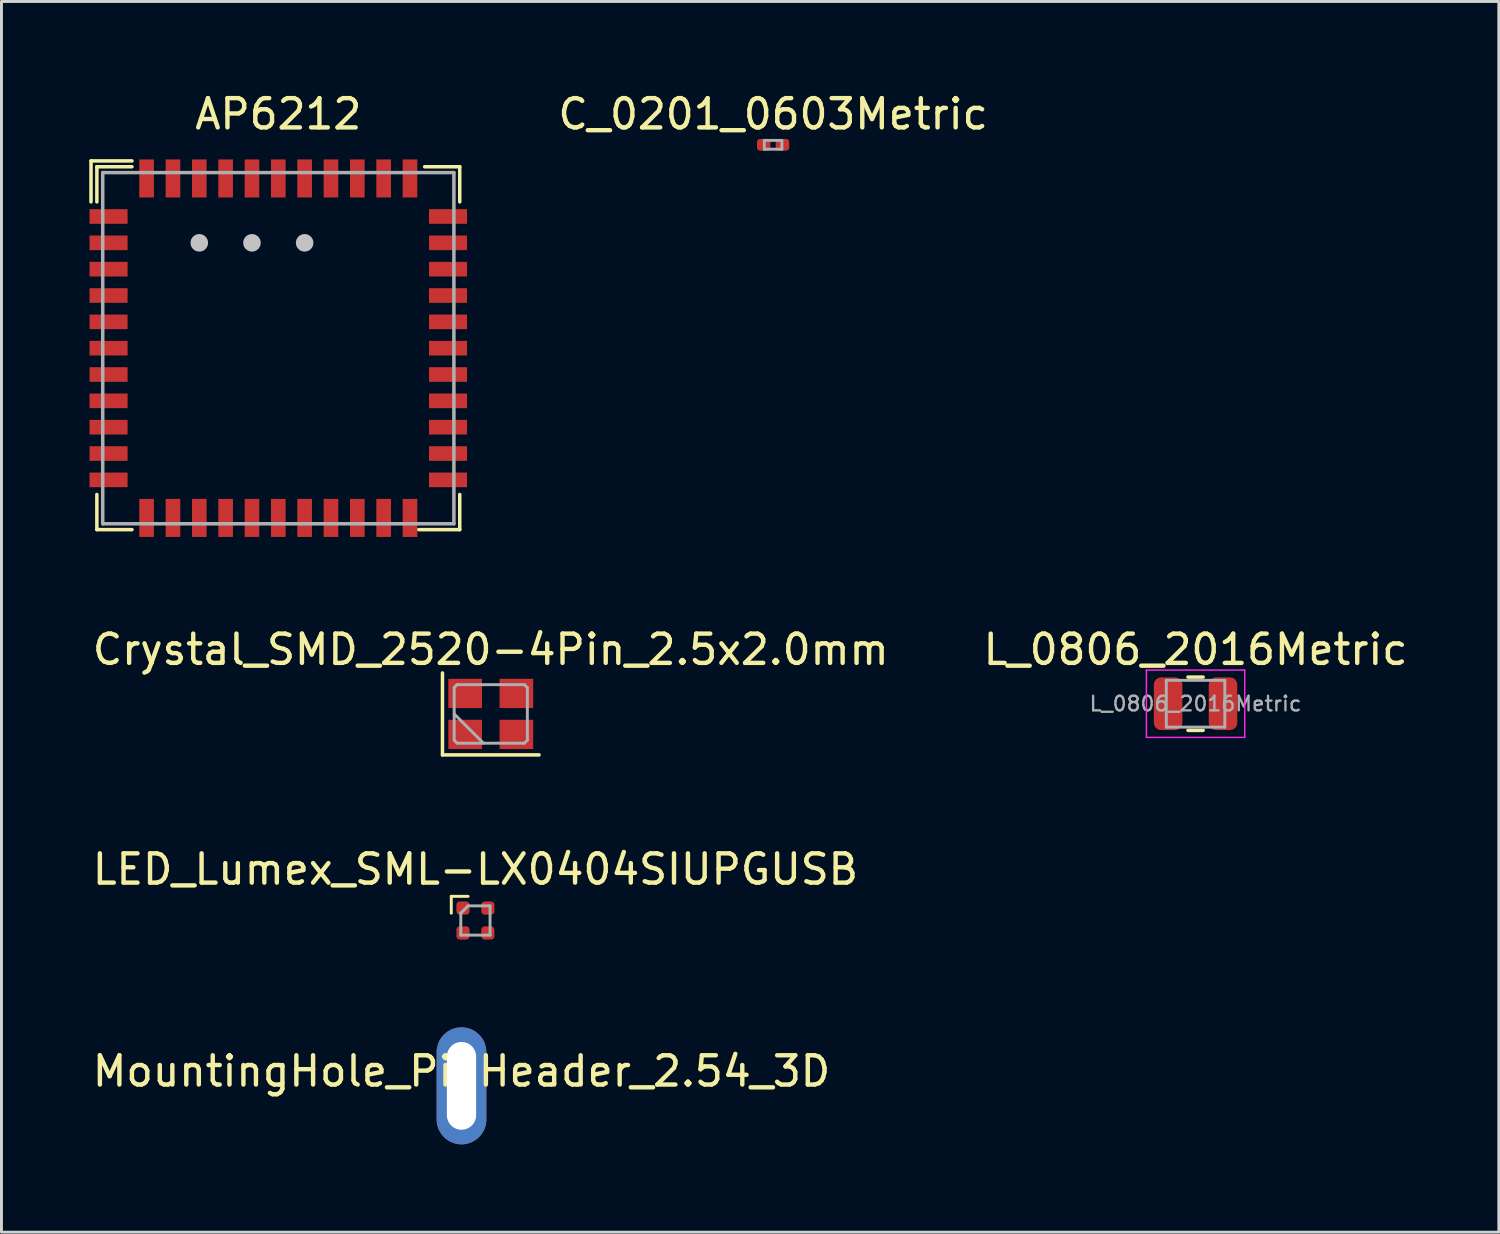
<source format=kicad_pcb>
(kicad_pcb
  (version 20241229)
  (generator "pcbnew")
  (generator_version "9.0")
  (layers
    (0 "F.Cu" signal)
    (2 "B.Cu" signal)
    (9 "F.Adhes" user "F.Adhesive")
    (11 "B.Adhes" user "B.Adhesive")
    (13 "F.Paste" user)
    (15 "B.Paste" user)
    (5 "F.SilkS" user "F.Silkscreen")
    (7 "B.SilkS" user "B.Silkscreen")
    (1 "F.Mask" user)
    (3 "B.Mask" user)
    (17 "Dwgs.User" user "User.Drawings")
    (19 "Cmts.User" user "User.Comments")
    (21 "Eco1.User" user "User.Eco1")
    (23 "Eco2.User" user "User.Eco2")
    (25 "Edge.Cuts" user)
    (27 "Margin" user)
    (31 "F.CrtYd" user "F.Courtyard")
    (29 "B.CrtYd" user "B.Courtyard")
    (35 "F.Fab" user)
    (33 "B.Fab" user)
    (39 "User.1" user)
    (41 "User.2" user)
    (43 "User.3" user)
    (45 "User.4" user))
  (footprint "C_0201_0603Metric"
    (layer "F.Cu")
    (at 23.368 1.898)
    (property "Reference" "C_0201_0603Metric" (at 0 -1.05 0) (layer "F.SilkS") (effects (font (size 1 1) (thickness 0.15))))
    (attr smd)
    (fp_line (start -0.3 -0.15) (end 0.3 -0.15) (stroke (width 0.1) (type solid)) (layer "F.Fab"))
    (fp_line (start -0.3 0.15) (end -0.3 -0.15) (stroke (width 0.1) (type solid)) (layer "F.Fab"))
    (fp_line (start 0.3 -0.15) (end 0.3 0.15) (stroke (width 0.1) (type solid)) (layer "F.Fab"))
    (fp_line (start 0.3 0.15) (end -0.3 0.15) (stroke (width 0.1) (type solid)) (layer "F.Fab"))
    (pad "1" smd roundrect (at -0.32 0) (size 0.46 0.4) (layers "F.Cu" "F.Mask" "F.Paste") (roundrect_rratio 0.25))
    (pad "2" smd roundrect (at 0.32 0) (size 0.46 0.4) (layers "F.Cu" "F.Mask" "F.Paste") (roundrect_rratio 0.25)))
  (footprint "AP6212"
    (layer "F.Cu")
    (at 6.46 8.848)
    (property "Reference" "AP6212" (at 0 -8 0) (layer "F.SilkS") (effects (font (size 1 1) (thickness 0.15))))
    (attr smd)
    (fp_line (start -6.4 -6.4) (end -5 -6.4) (stroke (width 0.12) (type solid)) (layer "F.SilkS"))
    (fp_line (start -6.4 -5) (end -6.4 -6.4) (stroke (width 0.12) (type solid)) (layer "F.SilkS"))
    (fp_line (start -6.2 -6.2) (end -5 -6.2) (stroke (width 0.12) (type solid)) (layer "F.SilkS"))
    (fp_line (start -6.2 -5) (end -6.2 -6.2) (stroke (width 0.12) (type solid)) (layer "F.SilkS"))
    (fp_line (start -6.2 5) (end -6.2 6.2) (stroke (width 0.12) (type solid)) (layer "F.SilkS"))
    (fp_line (start -6.2 6.2) (end -5 6.2) (stroke (width 0.12) (type solid)) (layer "F.SilkS"))
    (fp_line (start 4.8 6.2) (end 6.2 6.2) (stroke (width 0.12) (type solid)) (layer "F.SilkS"))
    (fp_line (start 5 -6.2) (end 6.2 -6.2) (stroke (width 0.12) (type solid)) (layer "F.SilkS"))
    (fp_line (start 6.2 -6.2) (end 6.2 -5) (stroke (width 0.12) (type solid)) (layer "F.SilkS"))
    (fp_line (start 6.2 6.2) (end 6.2 5) (stroke (width 0.12) (type solid)) (layer "F.SilkS"))
    (fp_line (start -6 -6) (end 6 -6) (stroke (width 0.12) (type solid)) (layer "F.Fab"))
    (fp_line (start -6 6) (end -6 -6) (stroke (width 0.12) (type solid)) (layer "F.Fab"))
    (fp_line (start 6 -6) (end 6 6) (stroke (width 0.12) (type solid)) (layer "F.Fab"))
    (fp_line (start 6 6) (end -6 6) (stroke (width 0.12) (type solid)) (layer "F.Fab"))
    (pad "" smd circle (at -2.7 -3.6) (size 0.6 0.6) (layers "Dwgs.User"))
    (pad "" smd circle (at -0.9 -3.6) (size 0.6 0.6) (layers "Dwgs.User"))
    (pad "" smd circle (at 0.9 -3.6) (size 0.6 0.6) (layers "Dwgs.User"))
    (pad "1" smd rect (at -5.8 -4.5 90) (size 0.5 1.3) (layers "F.Cu" "F.Mask"))
    (pad "2" smd rect (at -5.8 -3.6 90) (size 0.5 1.3) (layers "F.Cu" "F.Mask"))
    (pad "3" smd rect (at -5.8 -2.7 90) (size 0.5 1.3) (layers "F.Cu" "F.Mask"))
    (pad "4" smd rect (at -5.8 -1.8 90) (size 0.5 1.3) (layers "F.Cu" "F.Mask"))
    (pad "5" smd rect (at -5.8 -0.9 90) (size 0.5 1.3) (layers "F.Cu" "F.Mask"))
    (pad "6" smd rect (at -5.8 0 90) (size 0.5 1.3) (layers "F.Cu" "F.Mask"))
    (pad "7" smd rect (at -5.8 0.9 90) (size 0.5 1.3) (layers "F.Cu" "F.Mask"))
    (pad "8" smd rect (at -5.8 1.8 90) (size 0.5 1.3) (layers "F.Cu" "F.Mask"))
    (pad "9" smd rect (at -5.8 2.7 90) (size 0.5 1.3) (layers "F.Cu" "F.Mask"))
    (pad "10" smd rect (at -5.8 3.6 90) (size 0.5 1.3) (layers "F.Cu" "F.Mask"))
    (pad "11" smd rect (at -5.8 4.5 90) (size 0.5 1.3) (layers "F.Cu" "F.Mask"))
    (pad "12" smd rect (at -4.5 5.8 180) (size 0.5 1.3) (layers "F.Cu" "F.Mask"))
    (pad "13" smd rect (at -3.6 5.8 180) (size 0.5 1.3) (layers "F.Cu" "F.Mask"))
    (pad "14" smd rect (at -2.7 5.8 180) (size 0.5 1.3) (layers "F.Cu" "F.Mask"))
    (pad "15" smd rect (at -1.8 5.8 180) (size 0.5 1.3) (layers "F.Cu" "F.Mask"))
    (pad "16" smd rect (at -0.9 5.8 180) (size 0.5 1.3) (layers "F.Cu" "F.Mask"))
    (pad "17" smd rect (at 0 5.8 180) (size 0.5 1.3) (layers "F.Cu" "F.Mask"))
    (pad "18" smd rect (at 0.9 5.8 180) (size 0.5 1.3) (layers "F.Cu" "F.Mask"))
    (pad "19" smd rect (at 1.8 5.8 180) (size 0.5 1.3) (layers "F.Cu" "F.Mask"))
    (pad "20" smd rect (at 2.7 5.8 180) (size 0.5 1.3) (layers "F.Cu" "F.Mask"))
    (pad "21" smd rect (at 3.6 5.8 180) (size 0.5 1.3) (layers "F.Cu" "F.Mask"))
    (pad "22" smd rect (at 4.5 5.8 180) (size 0.5 1.3) (layers "F.Cu" "F.Mask"))
    (pad "23" smd rect (at 5.8 4.5 270) (size 0.5 1.3) (layers "F.Cu" "F.Mask"))
    (pad "24" smd rect (at 5.8 3.6 270) (size 0.5 1.3) (layers "F.Cu" "F.Mask"))
    (pad "25" smd rect (at 5.8 2.7 270) (size 0.5 1.3) (layers "F.Cu" "F.Mask"))
    (pad "26" smd rect (at 5.8 1.8 270) (size 0.5 1.3) (layers "F.Cu" "F.Mask"))
    (pad "27" smd rect (at 5.8 0.9 270) (size 0.5 1.3) (layers "F.Cu" "F.Mask"))
    (pad "28" smd rect (at 5.8 0 270) (size 0.5 1.3) (layers "F.Cu" "F.Mask"))
    (pad "29" smd rect (at 5.8 -0.9 270) (size 0.5 1.3) (layers "F.Cu" "F.Mask"))
    (pad "30" smd rect (at 5.8 -1.8 270) (size 0.5 1.3) (layers "F.Cu" "F.Mask"))
    (pad "31" smd rect (at 5.8 -2.7 270) (size 0.5 1.3) (layers "F.Cu" "F.Mask"))
    (pad "32" smd rect (at 5.8 -3.6 270) (size 0.5 1.3) (layers "F.Cu" "F.Mask"))
    (pad "33" smd rect (at 5.8 -4.5 270) (size 0.5 1.3) (layers "F.Cu" "F.Mask"))
    (pad "34" smd rect (at 4.5 -5.8) (size 0.5 1.3) (layers "F.Cu" "F.Mask"))
    (pad "35" smd rect (at 3.6 -5.8) (size 0.5 1.3) (layers "F.Cu" "F.Mask"))
    (pad "36" smd rect (at 2.7 -5.8) (size 0.5 1.3) (layers "F.Cu" "F.Mask"))
    (pad "37" smd rect (at 1.8 -5.8) (size 0.5 1.3) (layers "F.Cu" "F.Mask"))
    (pad "38" smd rect (at 0.9 -5.8) (size 0.5 1.3) (layers "F.Cu" "F.Mask"))
    (pad "39" smd rect (at 0 -5.8) (size 0.5 1.3) (layers "F.Cu" "F.Mask"))
    (pad "40" smd rect (at -0.9 -5.8) (size 0.5 1.3) (layers "F.Cu" "F.Mask"))
    (pad "41" smd rect (at -1.8 -5.8) (size 0.5 1.3) (layers "F.Cu" "F.Mask"))
    (pad "42" smd rect (at -2.7 -5.8) (size 0.5 1.3) (layers "F.Cu" "F.Mask"))
    (pad "43" smd rect (at -3.6 -5.8) (size 0.5 1.3) (layers "F.Cu" "F.Mask"))
    (pad "44" smd rect (at -4.5 -5.8) (size 0.5 1.3) (layers "F.Cu" "F.Mask")))
  (footprint "MountingHole_PinHeader_2.54_3D"
    (layer "F.Cu")
    (at 12.72 34.055)
    (property "Reference" "MountingHole_PinHeader_2.54_3D" (at 0 -0.5 0) (unlocked yes) (layer "F.SilkS") (effects (font (size 1 1) (thickness 0.15))))
    (attr through_hole)
    (pad "1" thru_hole oval (at 0 0) (size 1.7 4) (drill oval 1 3) (layers "*.Cu" "*.Mask")))
  (footprint "LED_Lumex_SML-LX0404SIUPGUSB"
    (layer "F.Cu")
    (at 13.196 28.405)
    (property "Reference" "LED_Lumex_SML-LX0404SIUPGUSB" (at 0 -1.75 0) (layer "F.SilkS") (effects (font (size 1 1) (thickness 0.15))))
    (attr smd)
    (fp_line (start -0.825 -0.825) (end -0.825 -0.25) (stroke (width 0.1) (type solid)) (layer "F.SilkS"))
    (fp_line (start -0.25 -0.825) (end -0.825 -0.825) (stroke (width 0.1) (type solid)) (layer "F.SilkS"))
    (fp_line (start -0.5 -0.25) (end -0.5 0.5) (stroke (width 0.1) (type solid)) (layer "F.Fab"))
    (fp_line (start -0.5 0.5) (end 0.5 0.5) (stroke (width 0.1) (type solid)) (layer "F.Fab"))
    (fp_line (start -0.25 -0.5) (end -0.5 -0.25) (stroke (width 0.1) (type solid)) (layer "F.Fab"))
    (fp_line (start 0.5 -0.5) (end -0.25 -0.5) (stroke (width 0.1) (type solid)) (layer "F.Fab"))
    (fp_line (start 0.5 0.5) (end 0.5 -0.5) (stroke (width 0.1) (type solid)) (layer "F.Fab"))
    (pad "1" smd roundrect (at -0.425 -0.425) (size 0.45 0.45) (layers "F.Cu" "F.Mask" "F.Paste") (roundrect_rratio 0.25))
    (pad "2" smd roundrect (at 0.425 -0.425) (size 0.45 0.45) (layers "F.Cu" "F.Mask" "F.Paste") (roundrect_rratio 0.25))
    (pad "3" smd roundrect (at 0.425 0.425) (size 0.45 0.45) (layers "F.Cu" "F.Mask" "F.Paste") (roundrect_rratio 0.25))
    (pad "4" smd roundrect (at -0.425 0.425) (size 0.45 0.45) (layers "F.Cu" "F.Mask" "F.Paste") (roundrect_rratio 0.25)))
  (footprint "Crystal_SMD_2520-4Pin_2.5x2.0mm"
    (layer "F.Cu")
    (at 13.72 21.346)
    (property "Reference" "Crystal_SMD_2520-4Pin_2.5x2.0mm" (at 0 -2.2 0) (layer "F.SilkS") (effects (font (size 1 1) (thickness 0.15))))
    (attr smd)
    (fp_line (start -1.65 -1.4) (end -1.65 1.4) (stroke (width 0.12) (type solid)) (layer "F.SilkS"))
    (fp_line (start -1.65 1.4) (end 1.65 1.4) (stroke (width 0.12) (type solid)) (layer "F.SilkS"))
    (fp_line (start -1.25 -0.9) (end -1.15 -1) (stroke (width 0.1) (type solid)) (layer "F.Fab"))
    (fp_line (start -1.25 0) (end -0.25 1) (stroke (width 0.1) (type solid)) (layer "F.Fab"))
    (fp_line (start -1.25 0.9) (end -1.25 -0.9) (stroke (width 0.1) (type solid)) (layer "F.Fab"))
    (fp_line (start -1.15 -1) (end 1.15 -1) (stroke (width 0.1) (type solid)) (layer "F.Fab"))
    (fp_line (start -1.15 1) (end -1.25 0.9) (stroke (width 0.1) (type solid)) (layer "F.Fab"))
    (fp_line (start 1.15 -1) (end 1.25 -0.9) (stroke (width 0.1) (type solid)) (layer "F.Fab"))
    (fp_line (start 1.15 1) (end -1.15 1) (stroke (width 0.1) (type solid)) (layer "F.Fab"))
    (fp_line (start 1.25 -0.9) (end 1.25 0.9) (stroke (width 0.1) (type solid)) (layer "F.Fab"))
    (fp_line (start 1.25 0.9) (end 1.15 1) (stroke (width 0.1) (type solid)) (layer "F.Fab"))
    (pad "1" smd rect (at -0.875 0.7) (size 1.15 1) (layers "F.Cu" "F.Mask" "F.Paste"))
    (pad "2" smd rect (at 0.875 0.7) (size 1.15 1) (layers "F.Cu" "F.Mask" "F.Paste"))
    (pad "3" smd rect (at 0.875 -0.7) (size 1.15 1) (layers "F.Cu" "F.Mask" "F.Paste"))
    (pad "4" smd rect (at -0.875 -0.7) (size 1.15 1) (layers "F.Cu" "F.Mask" "F.Paste")))
  (footprint "L_0806_2016Metric"
    (layer "F.Cu")
    (at 37.804 20.997)
    (property "Reference" "L_0806_2016Metric" (at 0 -1.85 0) (layer "F.SilkS") (effects (font (size 1 1) (thickness 0.15))))
    (attr smd)
    (fp_line (start -0.259 -0.91) (end 0.259 -0.91) (stroke (width 0.12) (type solid)) (layer "F.SilkS"))
    (fp_line (start -0.259 0.91) (end 0.259 0.91) (stroke (width 0.12) (type solid)) (layer "F.SilkS"))
    (fp_line (start -1.68 -1.15) (end 1.68 -1.15) (stroke (width 0.05) (type solid)) (layer "F.CrtYd"))
    (fp_line (start -1.68 1.15) (end -1.68 -1.15) (stroke (width 0.05) (type solid)) (layer "F.CrtYd"))
    (fp_line (start 1.68 -1.15) (end 1.68 1.15) (stroke (width 0.05) (type solid)) (layer "F.CrtYd"))
    (fp_line (start 1.68 1.15) (end -1.68 1.15) (stroke (width 0.05) (type solid)) (layer "F.CrtYd"))
    (fp_line (start -1 -0.8) (end 1 -0.8) (stroke (width 0.1) (type solid)) (layer "F.Fab"))
    (fp_line (start -1 0.8) (end -1 -0.8) (stroke (width 0.1) (type solid)) (layer "F.Fab"))
    (fp_line (start 1 -0.8) (end 1 0.8) (stroke (width 0.1) (type solid)) (layer "F.Fab"))
    (fp_line (start 1 0.8) (end -1 0.8) (stroke (width 0.1) (type solid)) (layer "F.Fab"))
    (fp_text user "${REFERENCE}" (at 0 0 0) (layer "F.Fab") (effects (font (size 0.5 0.5) (thickness 0.08))))
    (pad "1" smd roundrect (at -0.938 0) (size 0.975 1.8) (layers "F.Cu" "F.Mask" "F.Paste") (roundrect_rratio 0.25))
    (pad "2" smd roundrect (at 0.938 0) (size 0.975 1.8) (layers "F.Cu" "F.Mask" "F.Paste") (roundrect_rratio 0.25)))
  (gr_rect
    (start -3 -3)
    (end 48.167 39.055)
    (stroke (width 0.1) (type default))
    (fill no)
    (layer "Edge.Cuts")))
</source>
